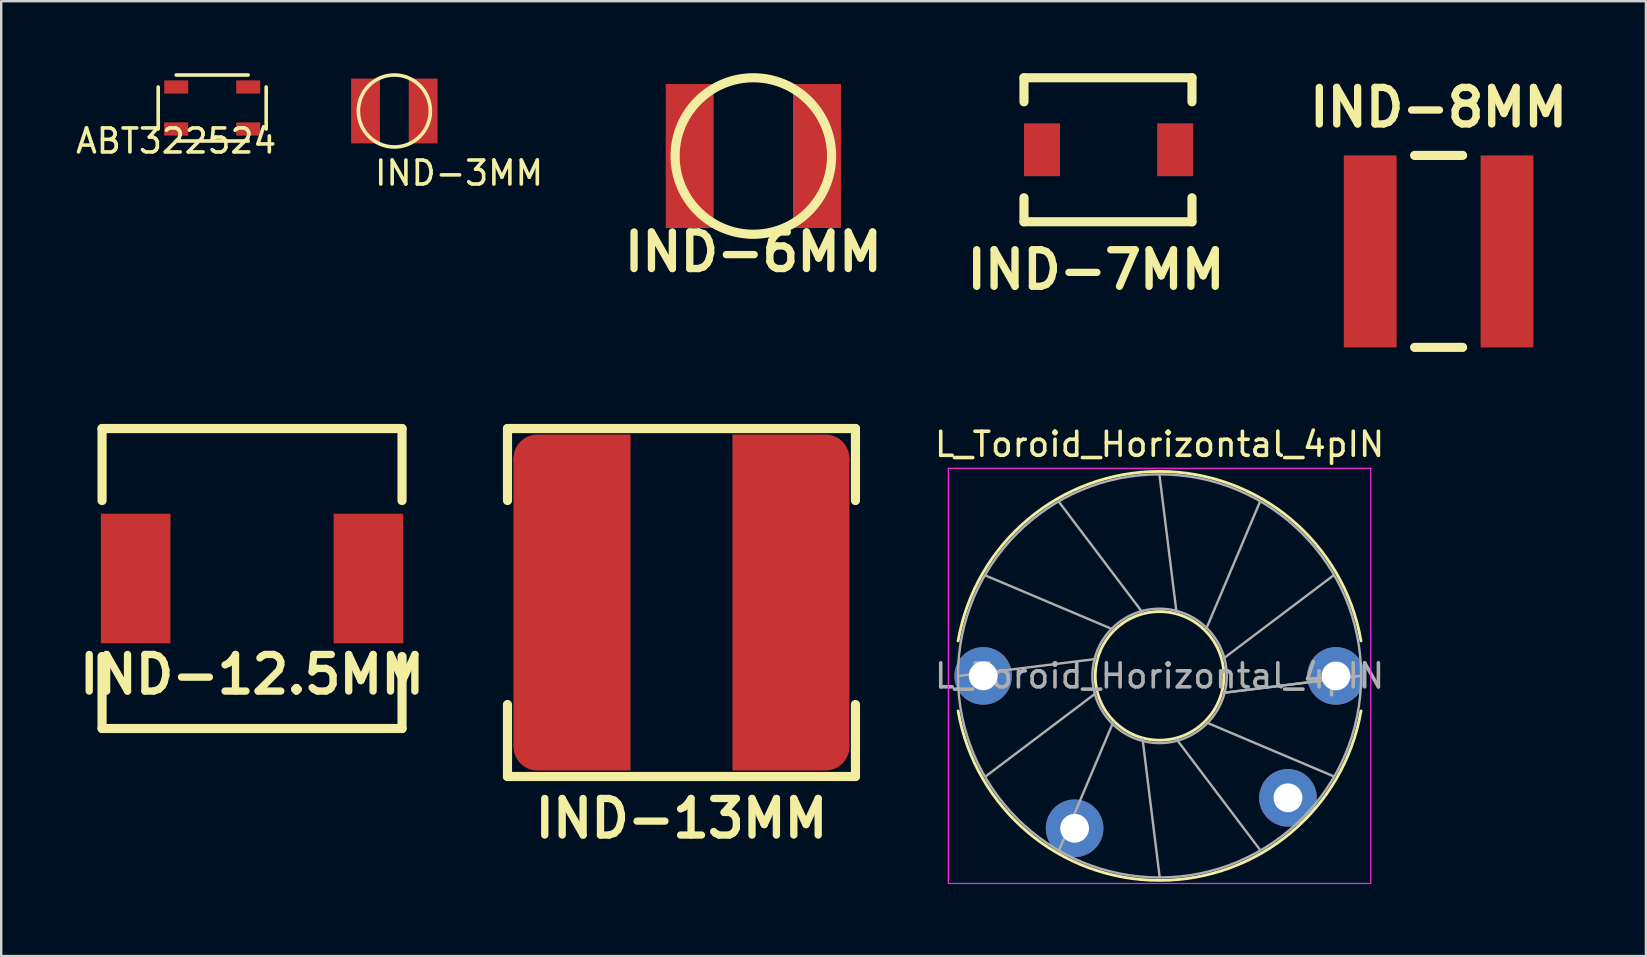
<source format=kicad_pcb>
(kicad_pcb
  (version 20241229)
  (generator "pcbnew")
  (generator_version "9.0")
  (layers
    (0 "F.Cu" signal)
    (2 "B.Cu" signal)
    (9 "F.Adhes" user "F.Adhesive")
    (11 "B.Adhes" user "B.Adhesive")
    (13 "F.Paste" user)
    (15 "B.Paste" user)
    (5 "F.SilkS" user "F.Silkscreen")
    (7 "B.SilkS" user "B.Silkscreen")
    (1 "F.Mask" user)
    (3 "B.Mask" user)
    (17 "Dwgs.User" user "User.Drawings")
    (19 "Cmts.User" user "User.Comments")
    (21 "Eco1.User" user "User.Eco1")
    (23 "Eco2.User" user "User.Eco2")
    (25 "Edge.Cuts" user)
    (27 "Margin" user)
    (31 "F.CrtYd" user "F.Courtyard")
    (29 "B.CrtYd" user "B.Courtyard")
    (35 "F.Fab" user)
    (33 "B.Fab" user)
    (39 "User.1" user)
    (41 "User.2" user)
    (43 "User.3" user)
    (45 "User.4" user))
  (footprint "L_Toroid_Horizontal_4pIN"
    (layer "F.Cu")
    (at 37.919 25.115)
    (property "Reference" "L_Toroid_Horizontal_4pIN" (at 7.35 -9.65 0) (layer "F.SilkS") (effects (font (size 1 1) (thickness 0.15))))
    (attr through_hole)
    (fp_arc (start -1.043974 -1.46) (mid 7.35 -8.52) (end 15.743974 -1.46) (stroke (width 0.12) (type solid)) (layer "F.SilkS"))
    (fp_arc (start 15.743974 1.46) (mid 7.35 8.52) (end -1.043974 1.46) (stroke (width 0.12) (type solid)) (layer "F.SilkS"))
    (fp_circle (center 7.35 0) (end 10.03 0) (stroke (width 0.12) (type solid)) (fill no) (layer "F.SilkS"))
    (fp_line (start -1.45 -8.65) (end -1.45 8.65) (stroke (width 0.05) (type solid)) (layer "F.CrtYd"))
    (fp_line (start -1.45 8.65) (end 16.15 8.65) (stroke (width 0.05) (type solid)) (layer "F.CrtYd"))
    (fp_line (start 16.15 -8.65) (end -1.45 -8.65) (stroke (width 0.05) (type solid)) (layer "F.CrtYd"))
    (fp_line (start 16.15 8.65) (end 16.15 -8.65) (stroke (width 0.05) (type solid)) (layer "F.CrtYd"))
    (fp_line (start -1 0.001) (end 4.709 -0.707) (stroke (width 0.1) (type solid)) (layer "F.Fab"))
    (fp_line (start 0.119 -4.174) (end 5.417 -1.933) (stroke (width 0.1) (type solid)) (layer "F.Fab"))
    (fp_line (start 0.119 4.175) (end 4.71 0.708) (stroke (width 0.1) (type solid)) (layer "F.Fab"))
    (fp_line (start 3.174 -7.23) (end 6.642 -2.64) (stroke (width 0.1) (type solid)) (layer "F.Fab"))
    (fp_line (start 3.176 7.231) (end 5.417 1.933) (stroke (width 0.1) (type solid)) (layer "F.Fab"))
    (fp_line (start 7.349 -8.35) (end 8.057 -2.641) (stroke (width 0.1) (type solid)) (layer "F.Fab"))
    (fp_line (start 7.35 8.35) (end 6.643 2.64) (stroke (width 0.1) (type solid)) (layer "F.Fab"))
    (fp_line (start 11.524 -7.232) (end 9.283 -1.933) (stroke (width 0.1) (type solid)) (layer "F.Fab"))
    (fp_line (start 11.525 7.231) (end 8.058 2.64) (stroke (width 0.1) (type solid)) (layer "F.Fab"))
    (fp_line (start 14.58 -4.176) (end 9.99 -0.708) (stroke (width 0.1) (type solid)) (layer "F.Fab"))
    (fp_line (start 14.581 4.175) (end 9.283 1.933) (stroke (width 0.1) (type solid)) (layer "F.Fab"))
    (fp_line (start 15.7 -0.002) (end 9.991 0.707) (stroke (width 0.1) (type solid)) (layer "F.Fab"))
    (fp_line (start 15.7 0) (end 9.99 0.707) (stroke (width 0.1) (type solid)) (layer "F.Fab"))
    (fp_circle (center 7.35 0) (end 10.15 0) (stroke (width 0.1) (type solid)) (fill no) (layer "F.Fab"))
    (fp_circle (center 7.35 0) (end 15.75 0) (stroke (width 0.1) (type solid)) (fill no) (layer "F.Fab"))
    (fp_text user "${REFERENCE}" (at 7.35 0 0) (layer "F.Fab") (effects (font (size 1 1) (thickness 0.15))))
    (pad "1" thru_hole circle (at 0 0) (size 2.4 2.4) (drill 1.2) (layers "*.Cu" "*.Mask"))
    (pad "2" thru_hole circle (at 3.81 6.35) (size 2.4 2.4) (drill 1.2) (layers "*.Cu" "*.Mask"))
    (pad "3" thru_hole circle (at 12.7 5.08) (size 2.4 2.4) (drill 1.2) (layers "*.Cu" "*.Mask"))
    (pad "4" thru_hole circle (at 14.7 0) (size 2.4 2.4) (drill 1.2) (layers "*.Cu" "*.Mask")))
  (footprint "ABT322524"
    (layer "F.Cu")
    (at 4.292 2.325)
    (property "Reference" "ABT322524" (at 0 0.5 0) (layer "F.SilkS") (effects (font (size 1 1) (thickness 0.15))))
    (attr through_hole)
    (fp_line (start -0.75 -1.75) (end -0.75 0) (stroke (width 0.15) (type solid)) (layer "F.SilkS"))
    (fp_line (start 0 -2.25) (end 3 -2.25) (stroke (width 0.15) (type solid)) (layer "F.SilkS"))
    (fp_line (start 3 0.5) (end 0 0.5) (stroke (width 0.15) (type solid)) (layer "F.SilkS"))
    (fp_line (start 3.75 -1.75) (end 3.75 0) (stroke (width 0.15) (type solid)) (layer "F.SilkS"))
    (pad "1" smd rect (at 0 0) (size 1 0.55) (layers "F.Cu" "F.Mask" "F.Paste"))
    (pad "2" smd rect (at 0 -1.75) (size 1 0.55) (layers "F.Cu" "F.Mask" "F.Paste"))
    (pad "3" smd rect (at 3 -1.75) (size 1 0.55) (layers "F.Cu" "F.Mask" "F.Paste"))
    (pad "4" smd rect (at 3 0) (size 1 0.55) (layers "F.Cu" "F.Mask" "F.Paste")))
  (footprint "IND-6MM"
    (layer "F.Cu")
    (at 28.342 3.451)
    (property "Reference" "IND-6MM" (at 0 4 0) (layer "F.SilkS") (effects (font (size 1.524 1.524) (thickness 0.305))))
    (attr through_hole)
    (fp_circle (center 0 0) (end 3.251 0.249) (stroke (width 0.381) (type solid)) (fill no) (layer "F.SilkS"))
    (pad "1" smd rect (at -2.652 0) (size 1.999 5.999) (layers "F.Cu" "F.Mask" "F.Paste"))
    (pad "2" smd rect (at 2.652 0) (size 1.999 5.999) (layers "F.Cu" "F.Mask" "F.Paste")))
  (footprint "IND-3MM"
    (layer "F.Cu")
    (at 13.383 1.575)
    (property "Reference" "IND-3MM" (at 2.695 2.588 0) (layer "F.SilkS") (effects (font (size 1 1) (thickness 0.15))))
    (attr through_hole)
    (fp_circle (center 0 0) (end 1.5 0) (stroke (width 0.15) (type solid)) (fill no) (layer "F.SilkS"))
    (pad "1" smd rect (at -1.2 0) (size 1.2 2.7) (layers "F.Cu" "F.Mask"))
    (pad "2" smd rect (at 1.2 0) (size 1.2 2.7) (layers "F.Cu" "F.Mask")))
  (footprint "IND-8MM"
    (layer "F.Cu")
    (at 56.897 7.426)
    (property "Reference" "IND-8MM" (at 0 -6 0) (layer "F.SilkS") (effects (font (size 1.524 1.524) (thickness 0.305))))
    (attr through_hole)
    (fp_line (start -1 -4) (end 1 -4) (stroke (width 0.381) (type solid)) (layer "F.SilkS"))
    (fp_line (start -1 4) (end 1 4) (stroke (width 0.381) (type solid)) (layer "F.SilkS"))
    (pad "1" smd rect (at -2.85 0) (size 2.2 8) (layers "F.Cu" "F.Mask" "F.Paste"))
    (pad "2" smd rect (at 2.85 0) (size 2.2 8) (layers "F.Cu" "F.Mask" "F.Paste")))
  (footprint "IND-13MM"
    (layer "F.Cu")
    (at 25.347 22.057)
    (property "Reference" "IND-13MM" (at 0 9 0) (layer "F.SilkS") (effects (font (size 1.524 1.524) (thickness 0.305))))
    (attr through_hole)
    (fp_line (start -7.25 -7.25) (end -7.25 -4.25) (stroke (width 0.381) (type solid)) (layer "F.SilkS"))
    (fp_line (start -7.25 -7.25) (end 7.25 -7.25) (stroke (width 0.381) (type solid)) (layer "F.SilkS"))
    (fp_line (start -7.25 4.25) (end -7.25 7.25) (stroke (width 0.381) (type solid)) (layer "F.SilkS"))
    (fp_line (start -7.25 7.25) (end 7.25 7.25) (stroke (width 0.381) (type solid)) (layer "F.SilkS"))
    (fp_line (start 7.25 -7.25) (end 7.25 -4.25) (stroke (width 0.381) (type solid)) (layer "F.SilkS"))
    (fp_line (start 7.25 7.25) (end 7.25 4.25) (stroke (width 0.381) (type solid)) (layer "F.SilkS"))
    (pad "1" smd circle (at -6 -6) (size 2 2) (layers "F.Cu" "F.Mask" "F.Paste"))
    (pad "1" smd circle (at -6 6) (size 2 2) (layers "F.Cu" "F.Mask" "F.Paste"))
    (pad "1" smd rect (at -5.125 0) (size 3.75 12) (layers "F.Cu" "F.Mask" "F.Paste"))
    (pad "1" smd rect (at -4 0) (size 3.75 14) (layers "F.Cu" "F.Mask" "F.Paste"))
    (pad "2" smd rect (at 4 0) (size 3.75 14) (layers "F.Cu" "F.Mask" "F.Paste"))
    (pad "2" smd rect (at 5.125 0) (size 3.75 12) (layers "F.Cu" "F.Mask" "F.Paste"))
    (pad "2" smd circle (at 6 -6) (size 2 2) (layers "F.Cu" "F.Mask" "F.Paste"))
    (pad "2" smd circle (at 6 6) (size 2 2) (layers "F.Cu" "F.Mask" "F.Paste")))
  (footprint "IND-12.5MM"
    (layer "F.Cu")
    (at 7.453 21.057)
    (property "Reference" "IND-12.5MM" (at 0 4 0) (layer "F.SilkS") (effects (font (size 1.524 1.524) (thickness 0.305))))
    (attr through_hole)
    (fp_line (start -6.25 -6.25) (end -6.25 -3.25) (stroke (width 0.381) (type solid)) (layer "F.SilkS"))
    (fp_line (start -6.25 -6.25) (end 6.25 -6.25) (stroke (width 0.381) (type solid)) (layer "F.SilkS"))
    (fp_line (start -6.25 3.25) (end -6.25 6.25) (stroke (width 0.381) (type solid)) (layer "F.SilkS"))
    (fp_line (start -6.25 6.25) (end 6.25 6.25) (stroke (width 0.381) (type solid)) (layer "F.SilkS"))
    (fp_line (start 6.25 -6.25) (end 6.25 -3.25) (stroke (width 0.381) (type solid)) (layer "F.SilkS"))
    (fp_line (start 6.25 6.25) (end 6.25 3.25) (stroke (width 0.381) (type solid)) (layer "F.SilkS"))
    (pad "1" smd rect (at -4.85 0) (size 2.9 5.4) (layers "F.Cu" "F.Mask" "F.Paste"))
    (pad "2" smd rect (at 4.85 0) (size 2.9 5.4) (layers "F.Cu" "F.Mask" "F.Paste")))
  (footprint "IND-7MM"
    (layer "F.Cu")
    (at 39.62 6.191)
    (property "Reference" "IND-7MM" (at 3 2 0) (layer "F.SilkS") (effects (font (size 1.524 1.524) (thickness 0.305))))
    (attr through_hole)
    (fp_line (start 0 -6) (end 0 -5) (stroke (width 0.381) (type solid)) (layer "F.SilkS"))
    (fp_line (start 0 0) (end 0 -1) (stroke (width 0.381) (type solid)) (layer "F.SilkS"))
    (fp_line (start 0 0) (end 7 0) (stroke (width 0.381) (type solid)) (layer "F.SilkS"))
    (fp_line (start 7 -6) (end 0 -6) (stroke (width 0.381) (type solid)) (layer "F.SilkS"))
    (fp_line (start 7 -6) (end 7 -5) (stroke (width 0.381) (type solid)) (layer "F.SilkS"))
    (fp_line (start 7 -1) (end 7 0) (stroke (width 0.381) (type solid)) (layer "F.SilkS"))
    (pad "1" smd rect (at 0.75 -3) (size 1.5 2.2) (layers "F.Cu" "F.Mask" "F.Paste"))
    (pad "2" smd rect (at 6.3 -3) (size 1.5 2.2) (layers "F.Cu" "F.Mask" "F.Paste")))
  (gr_rect
    (start -3 -3)
    (end 65.536 36.79)
    (stroke (width 0.1) (type default))
    (fill no)
    (layer "Edge.Cuts")))
</source>
